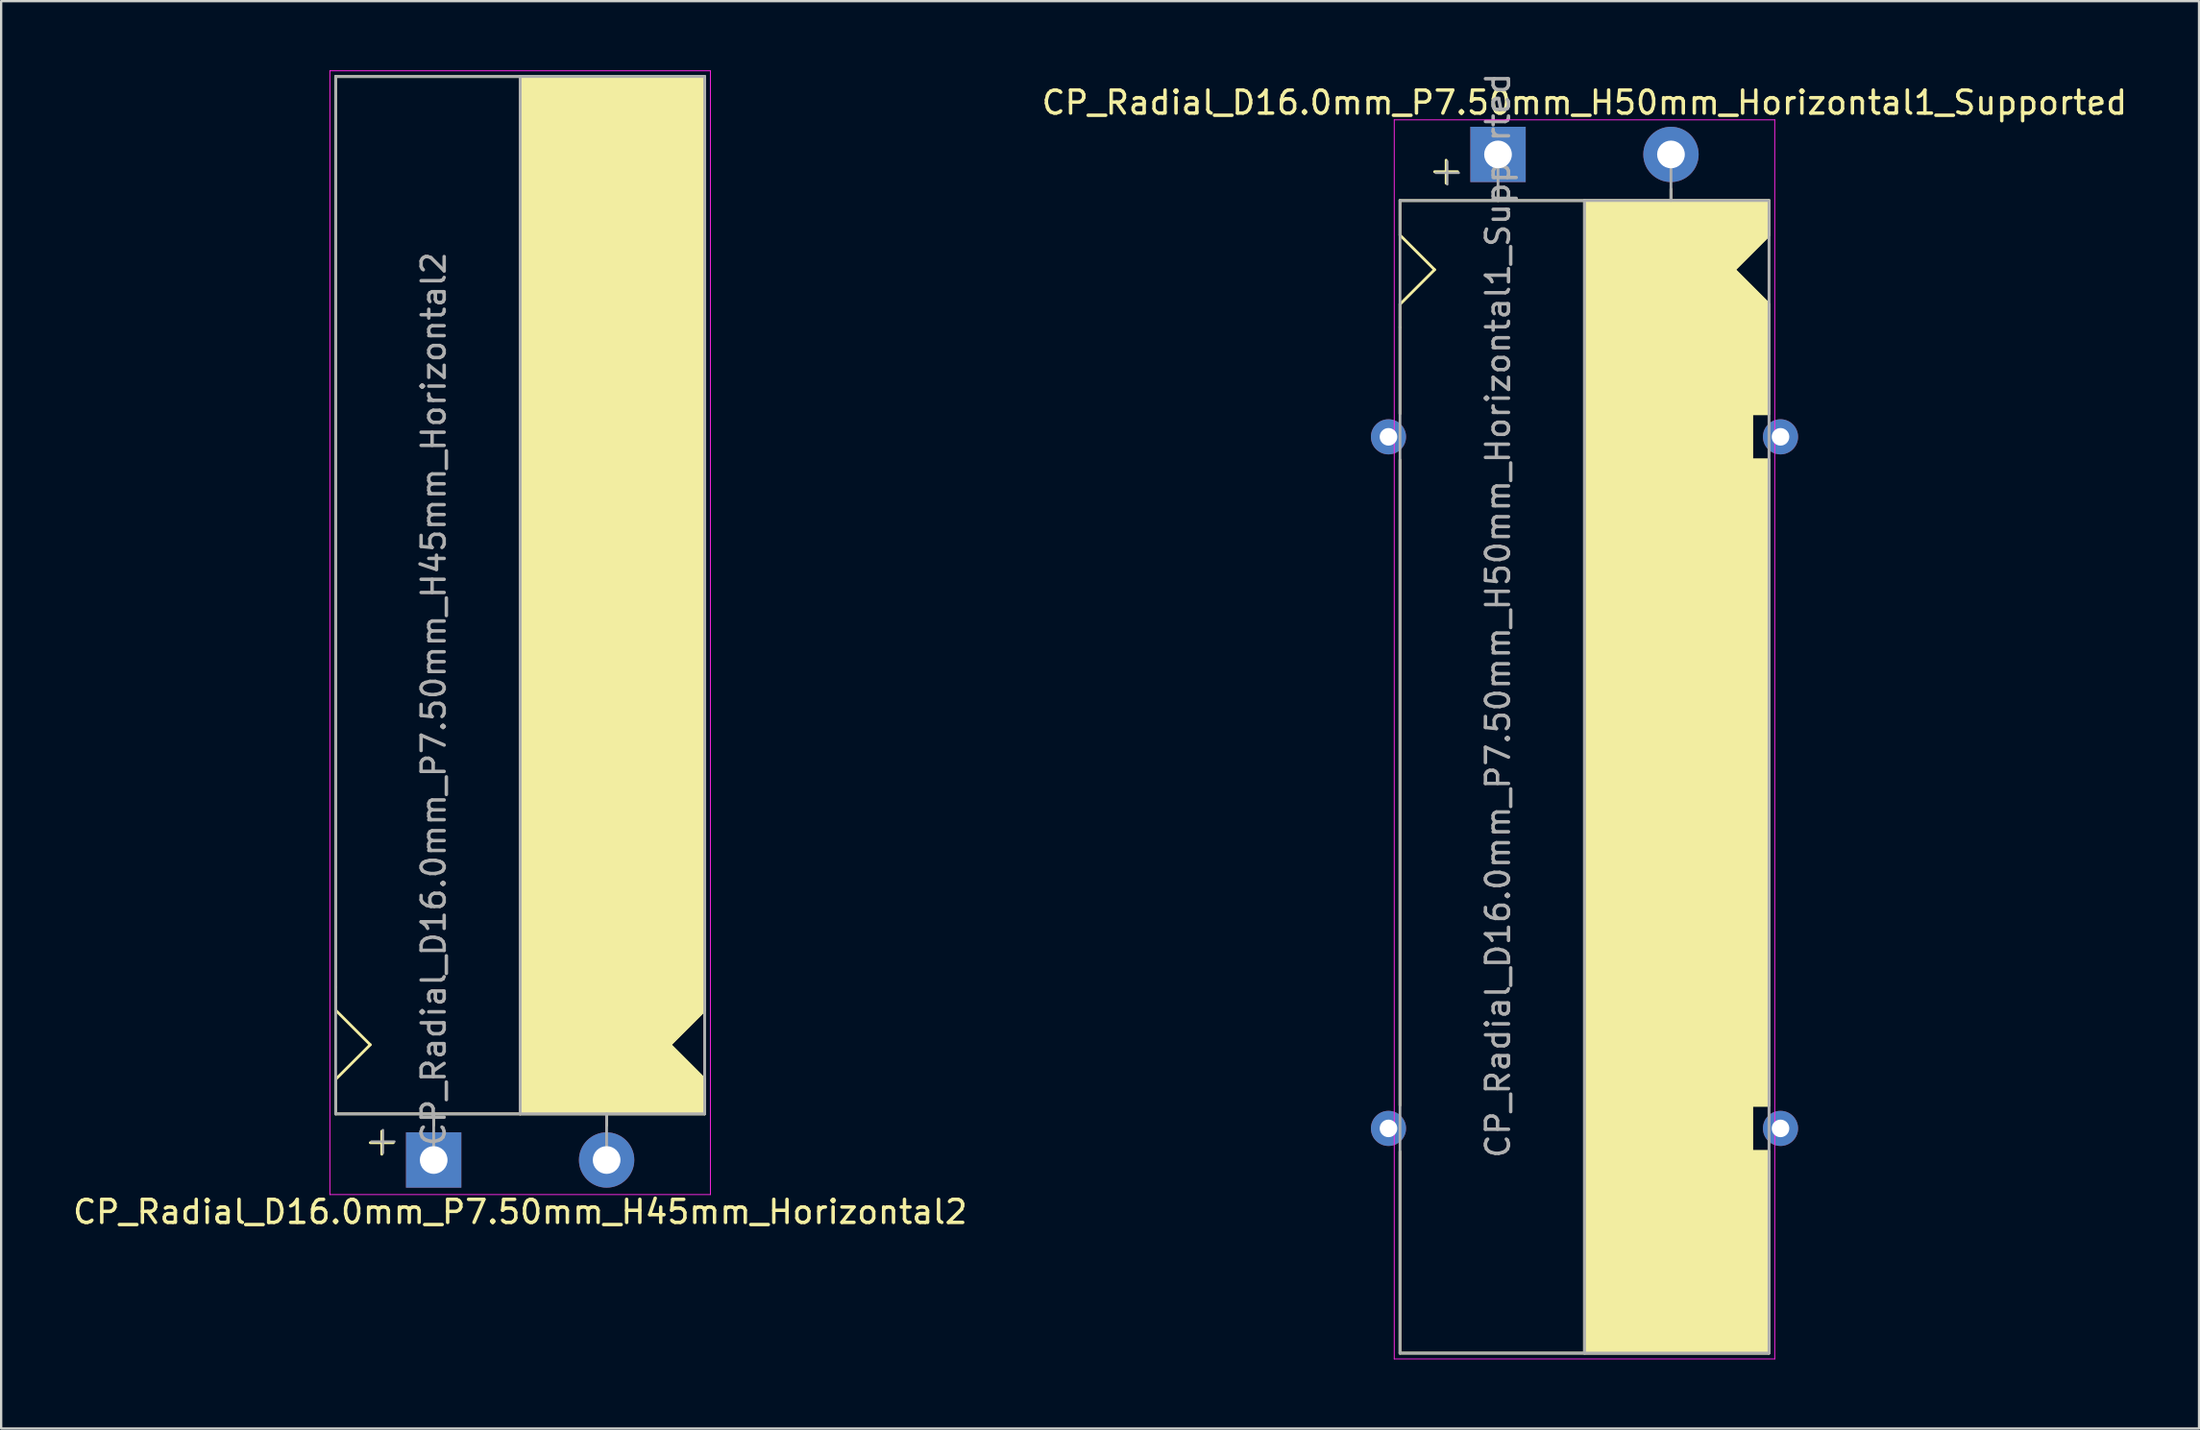
<source format=kicad_pcb>
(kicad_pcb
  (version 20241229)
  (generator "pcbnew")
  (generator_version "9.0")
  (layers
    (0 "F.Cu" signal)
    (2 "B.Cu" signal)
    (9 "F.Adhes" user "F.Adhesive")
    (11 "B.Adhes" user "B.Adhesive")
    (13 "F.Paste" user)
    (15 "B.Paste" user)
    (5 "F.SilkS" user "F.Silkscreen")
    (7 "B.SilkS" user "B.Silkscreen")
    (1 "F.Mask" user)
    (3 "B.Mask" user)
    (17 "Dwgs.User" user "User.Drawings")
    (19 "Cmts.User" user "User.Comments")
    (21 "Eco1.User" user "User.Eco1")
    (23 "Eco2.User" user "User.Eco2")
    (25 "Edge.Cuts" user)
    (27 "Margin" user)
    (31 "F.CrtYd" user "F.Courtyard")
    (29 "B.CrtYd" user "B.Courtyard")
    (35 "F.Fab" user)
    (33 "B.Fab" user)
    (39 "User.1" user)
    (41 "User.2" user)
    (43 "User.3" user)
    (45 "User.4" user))
  (footprint "CP_Radial_D16.0mm_P7.50mm_H45mm_Horizontal2"
    (layer "F.Cu")
    (at 15.756 47.27)
    (property "Reference" "CP_Radial_D16.0mm_P7.50mm_H45mm_Horizontal2" (at 3.75 2.25 0) (layer "F.SilkS") (effects (font (size 1 1) (thickness 0.15))))
    (attr through_hole)
    (fp_line (start -4.25 -7.5) (end -4.25 -47) (stroke (width 0.12) (type solid)) (layer "F.SilkS"))
    (fp_line (start -4.25 -6.5) (end -4.25 -7.5) (stroke (width 0.12) (type solid)) (layer "F.SilkS"))
    (fp_line (start -4.25 -3.5) (end -2.75 -5) (stroke (width 0.12) (type solid)) (layer "F.SilkS"))
    (fp_line (start -4.25 -2) (end -4.25 -3.5) (stroke (width 0.12) (type solid)) (layer "F.SilkS"))
    (fp_line (start -2.75 -5) (end -4.25 -6.5) (stroke (width 0.12) (type solid)) (layer "F.SilkS"))
    (fp_line (start -2.25 -1.25) (end -2.25 -0.25) (stroke (width 0.12) (type solid)) (layer "F.SilkS"))
    (fp_line (start -1.75 -0.75) (end -2.75 -0.75) (stroke (width 0.12) (type solid)) (layer "F.SilkS"))
    (fp_line (start 0 -1.5) (end 0 -2) (stroke (width 0.12) (type solid)) (layer "F.SilkS"))
    (fp_line (start 3.75 -2) (end -4.25 -2) (stroke (width 0.12) (type solid)) (layer "F.SilkS"))
    (fp_line (start 3.75 -2) (end 3.75 -47) (stroke (width 0.12) (type solid)) (layer "F.SilkS"))
    (fp_line (start 3.75 -2) (end 11.75 -2) (stroke (width 0.12) (type solid)) (layer "F.SilkS"))
    (fp_line (start 7.5 -1.5) (end 7.5 -2) (stroke (width 0.12) (type solid)) (layer "F.SilkS"))
    (fp_line (start 10.25 -5) (end 11.75 -6.5) (stroke (width 0.12) (type solid)) (layer "F.SilkS"))
    (fp_line (start 11.75 -47) (end -4.25 -47) (stroke (width 0.12) (type solid)) (layer "F.SilkS"))
    (fp_line (start 11.75 -47) (end 11.75 -6.5) (stroke (width 0.12) (type solid)) (layer "F.SilkS"))
    (fp_line (start 11.75 -3.5) (end 10.25 -5) (stroke (width 0.12) (type solid)) (layer "F.SilkS"))
    (fp_line (start 11.75 -2) (end 11.75 -3.5) (stroke (width 0.12) (type solid)) (layer "F.SilkS"))
    (fp_poly (pts (xy 11.75 -3.5) (xy 10.25 -5) (xy 11.75 -6.5) (xy 11.75 -47) (xy 3.75 -47) (xy 3.75 -2) (xy 11.75 -2)) (stroke (width 0.1) (type solid)) (fill yes) (layer "F.SilkS"))
    (fp_line (start -4.5 -47.25) (end -4.5 1.5) (stroke (width 0.04) (type solid)) (layer "F.CrtYd"))
    (fp_line (start -4.5 1.5) (end 12 1.5) (stroke (width 0.04) (type solid)) (layer "F.CrtYd"))
    (fp_line (start 12 -47.25) (end -4.5 -47.25) (stroke (width 0.04) (type solid)) (layer "F.CrtYd"))
    (fp_line (start 12 1.5) (end 12 -47.25) (stroke (width 0.04) (type solid)) (layer "F.CrtYd"))
    (fp_line (start -4.25 -47) (end 11.75 -47) (stroke (width 0.12) (type solid)) (layer "F.Fab"))
    (fp_line (start -4.25 -2) (end -4.25 -47) (stroke (width 0.12) (type solid)) (layer "F.Fab"))
    (fp_line (start -2.7 -0.8) (end -1.7 -0.8) (stroke (width 0.1) (type solid)) (layer "F.Fab"))
    (fp_line (start -2.2 -0.3) (end -2.2 -1.3) (stroke (width 0.1) (type solid)) (layer "F.Fab"))
    (fp_line (start 0 -2) (end -4.25 -2) (stroke (width 0.12) (type solid)) (layer "F.Fab"))
    (fp_line (start 0 0) (end 0 -2) (stroke (width 0.12) (type solid)) (layer "F.Fab"))
    (fp_line (start 3.75 -2) (end 3.75 -47) (stroke (width 0.12) (type solid)) (layer "F.Fab"))
    (fp_line (start 7.5 0) (end 7.5 -2) (stroke (width 0.12) (type solid)) (layer "F.Fab"))
    (fp_line (start 11.75 -47) (end 11.75 -2) (stroke (width 0.12) (type solid)) (layer "F.Fab"))
    (fp_line (start 11.75 -2) (end 0 -2) (stroke (width 0.12) (type solid)) (layer "F.Fab"))
    (fp_poly (pts (xy 11.75 -47) (xy 3.75 -47) (xy 3.75 -2) (xy 11.75 -2)) (stroke (width 0.1) (type solid)) (fill no) (layer "F.Fab"))
    (fp_text user "${REFERENCE}" (at 0 -20 90) (layer "F.Fab") (effects (font (size 1 1) (thickness 0.15))))
    (pad "1" thru_hole rect (at 0 0) (size 2.4 2.4) (drill 1.2) (layers "*.Cu" "*.Mask"))
    (pad "2" thru_hole circle (at 7.5 0) (size 2.4 2.4) (drill 1.2) (layers "*.Cu" "*.Mask")))
  (footprint "CP_Radial_D16.0mm_P7.50mm_H50mm_Horizontal1_Supported"
    (layer "F.Cu")
    (at 61.911 3.649)
    (property "Reference" "CP_Radial_D16.0mm_P7.50mm_H50mm_Horizontal1_Supported" (at 3.75 -2.25 0) (layer "F.SilkS") (effects (font (size 1 1) (thickness 0.15))))
    (attr through_hole)
    (fp_line (start -4.25 2) (end -4.25 3.5) (stroke (width 0.12) (type solid)) (layer "F.SilkS"))
    (fp_line (start -4.25 3.5) (end -2.75 5) (stroke (width 0.12) (type solid)) (layer "F.SilkS"))
    (fp_line (start -4.25 6.5) (end -4.25 7.5) (stroke (width 0.12) (type solid)) (layer "F.SilkS"))
    (fp_line (start -4.25 7.5) (end -4.25 11.25) (stroke (width 0.12) (type solid)) (layer "F.SilkS"))
    (fp_line (start -4.25 41.25) (end -4.25 13.25) (stroke (width 0.12) (type solid)) (layer "F.SilkS"))
    (fp_line (start -4.25 43.25) (end -4.25 52) (stroke (width 0.12) (type solid)) (layer "F.SilkS"))
    (fp_line (start -2.75 5) (end -4.25 6.5) (stroke (width 0.12) (type solid)) (layer "F.SilkS"))
    (fp_line (start -2.25 0.25) (end -2.25 1.25) (stroke (width 0.12) (type solid)) (layer "F.SilkS"))
    (fp_line (start -1.75 0.75) (end -2.75 0.75) (stroke (width 0.12) (type solid)) (layer "F.SilkS"))
    (fp_line (start 0 1.5) (end 0 2) (stroke (width 0.12) (type solid)) (layer "F.SilkS"))
    (fp_line (start 3.75 2) (end -4.25 2) (stroke (width 0.12) (type solid)) (layer "F.SilkS"))
    (fp_line (start 3.75 2) (end 3.75 52) (stroke (width 0.12) (type solid)) (layer "F.SilkS"))
    (fp_line (start 3.75 2) (end 11.75 2) (stroke (width 0.12) (type solid)) (layer "F.SilkS"))
    (fp_line (start 7.5 1.5) (end 7.5 2) (stroke (width 0.12) (type solid)) (layer "F.SilkS"))
    (fp_line (start 10.25 5) (end 11.75 6.5) (stroke (width 0.12) (type solid)) (layer "F.SilkS"))
    (fp_line (start 11 11.25) (end 11.75 11.25) (stroke (width 0.12) (type solid)) (layer "F.SilkS"))
    (fp_line (start 11 13.25) (end 11 11.25) (stroke (width 0.12) (type solid)) (layer "F.SilkS"))
    (fp_line (start 11 41.25) (end 11.75 41.25) (stroke (width 0.12) (type solid)) (layer "F.SilkS"))
    (fp_line (start 11 43.25) (end 11 41.25) (stroke (width 0.12) (type solid)) (layer "F.SilkS"))
    (fp_line (start 11.75 2) (end 11.75 3.5) (stroke (width 0.12) (type solid)) (layer "F.SilkS"))
    (fp_line (start 11.75 3.5) (end 10.25 5) (stroke (width 0.12) (type solid)) (layer "F.SilkS"))
    (fp_line (start 11.75 11.25) (end 11.75 6.5) (stroke (width 0.12) (type solid)) (layer "F.SilkS"))
    (fp_line (start 11.75 13.25) (end 11 13.25) (stroke (width 0.12) (type solid)) (layer "F.SilkS"))
    (fp_line (start 11.75 13.25) (end 11.75 41.25) (stroke (width 0.12) (type solid)) (layer "F.SilkS"))
    (fp_line (start 11.75 43.25) (end 11 43.25) (stroke (width 0.12) (type solid)) (layer "F.SilkS"))
    (fp_line (start 11.75 52) (end -4.25 52) (stroke (width 0.12) (type solid)) (layer "F.SilkS"))
    (fp_line (start 11.75 52) (end 11.75 43.25) (stroke (width 0.12) (type solid)) (layer "F.SilkS"))
    (fp_poly (pts (xy 11.75 3.5) (xy 10.25 5) (xy 11.75 6.5) (xy 11.75 11.25) (xy 11 11.25) (xy 11 13.25) (xy 11.75 13.25) (xy 11.75 41.25) (xy 11 41.25) (xy 11 43.25) (xy 11.75 43.25) (xy 11.75 52) (xy 3.75 52) (xy 3.75 2) (xy 11.75 2)) (stroke (width 0.1) (type solid)) (fill yes) (layer "F.SilkS"))
    (fp_line (start -4.5 -1.5) (end 12 -1.5) (stroke (width 0.04) (type solid)) (layer "F.CrtYd"))
    (fp_line (start -4.5 52.25) (end -4.5 -1.5) (stroke (width 0.04) (type solid)) (layer "F.CrtYd"))
    (fp_line (start 12 -1.5) (end 12 52.25) (stroke (width 0.04) (type solid)) (layer "F.CrtYd"))
    (fp_line (start 12 52.25) (end -4.5 52.25) (stroke (width 0.04) (type solid)) (layer "F.CrtYd"))
    (fp_line (start -4.25 2) (end -4.25 52) (stroke (width 0.12) (type solid)) (layer "F.Fab"))
    (fp_line (start -4.25 52) (end 11.75 52) (stroke (width 0.12) (type solid)) (layer "F.Fab"))
    (fp_line (start -2.7 0.8) (end -1.7 0.8) (stroke (width 0.1) (type solid)) (layer "F.Fab"))
    (fp_line (start -2.2 1.3) (end -2.2 0.3) (stroke (width 0.1) (type solid)) (layer "F.Fab"))
    (fp_line (start 0 0) (end 0 2) (stroke (width 0.12) (type solid)) (layer "F.Fab"))
    (fp_line (start 0 2) (end -4.25 2) (stroke (width 0.12) (type solid)) (layer "F.Fab"))
    (fp_line (start 3.75 2) (end 3.75 52) (stroke (width 0.12) (type solid)) (layer "F.Fab"))
    (fp_line (start 7.5 0) (end 7.5 2) (stroke (width 0.12) (type solid)) (layer "F.Fab"))
    (fp_line (start 11.75 2) (end 0 2) (stroke (width 0.12) (type solid)) (layer "F.Fab"))
    (fp_line (start 11.75 52) (end 11.75 2) (stroke (width 0.12) (type solid)) (layer "F.Fab"))
    (fp_poly (pts (xy 11.75 52) (xy 3.75 52) (xy 3.75 2) (xy 11.75 2)) (stroke (width 0.1) (type solid)) (fill no) (layer "F.Fab"))
    (fp_text user "${REFERENCE}" (at 0 20 90) (layer "F.Fab") (effects (font (size 1 1) (thickness 0.15))))
    (pad "" thru_hole circle (at -4.75 12.25) (size 1.524 1.524) (drill 0.762) (layers "*.Cu" "*.Mask"))
    (pad "" thru_hole circle (at -4.75 42.25) (size 1.524 1.524) (drill 0.762) (layers "*.Cu" "*.Mask"))
    (pad "" thru_hole circle (at 12.25 12.25) (size 1.524 1.524) (drill 0.762) (layers "*.Cu" "*.Mask"))
    (pad "" thru_hole circle (at 12.25 42.25) (size 1.524 1.524) (drill 0.762) (layers "*.Cu" "*.Mask"))
    (pad "1" thru_hole rect (at 0 0) (size 2.4 2.4) (drill 1.2) (layers "*.Cu" "*.Mask"))
    (pad "2" thru_hole circle (at 7.5 0) (size 2.4 2.4) (drill 1.2) (layers "*.Cu" "*.Mask")))
  (gr_rect
    (start -3 -3)
    (end 92.31 58.919)
    (stroke (width 0.1) (type default))
    (fill no)
    (layer "Edge.Cuts")))
</source>
